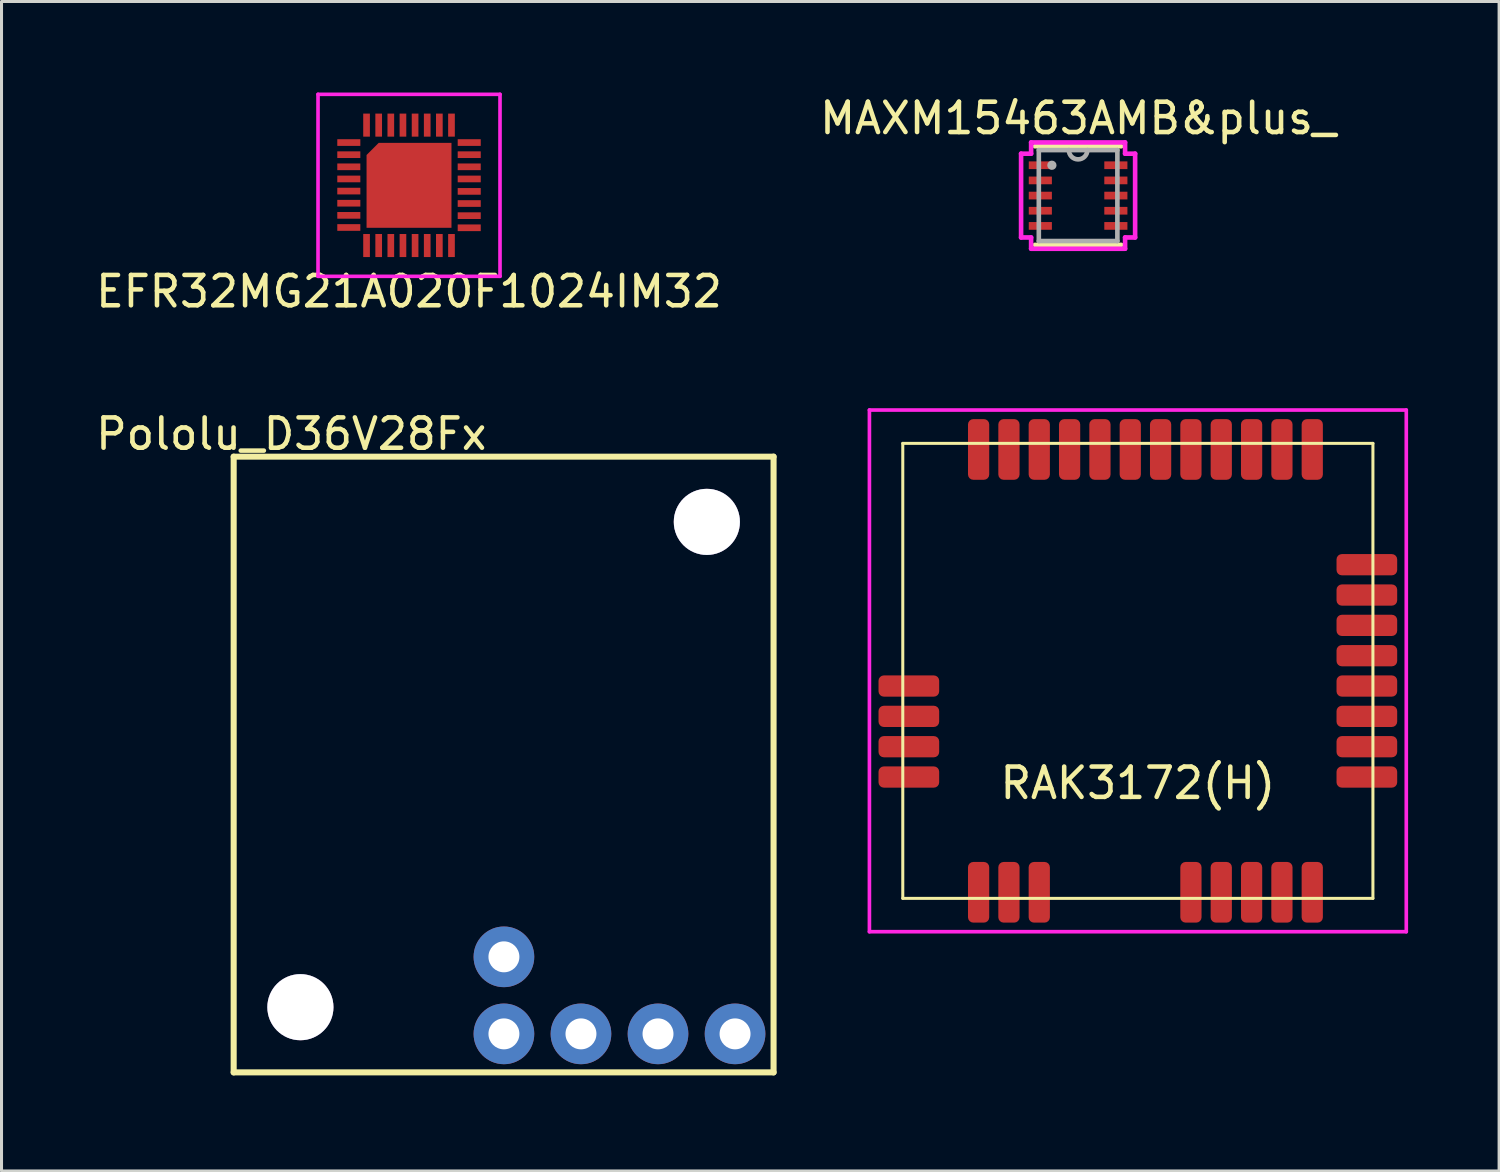
<source format=kicad_pcb>
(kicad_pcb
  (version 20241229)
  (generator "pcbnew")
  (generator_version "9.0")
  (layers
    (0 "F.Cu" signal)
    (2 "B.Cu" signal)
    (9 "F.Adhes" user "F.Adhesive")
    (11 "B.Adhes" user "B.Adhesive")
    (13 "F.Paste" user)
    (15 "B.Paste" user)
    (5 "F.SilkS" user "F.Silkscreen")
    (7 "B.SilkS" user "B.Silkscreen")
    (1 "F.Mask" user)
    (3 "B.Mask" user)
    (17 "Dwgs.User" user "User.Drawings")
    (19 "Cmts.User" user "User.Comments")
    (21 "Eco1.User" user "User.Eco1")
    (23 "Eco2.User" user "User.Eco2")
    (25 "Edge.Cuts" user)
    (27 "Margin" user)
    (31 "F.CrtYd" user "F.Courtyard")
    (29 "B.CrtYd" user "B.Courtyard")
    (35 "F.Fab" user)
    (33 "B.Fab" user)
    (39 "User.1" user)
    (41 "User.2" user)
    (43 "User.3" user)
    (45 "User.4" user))
  (footprint "RAK3172(H)"
    (layer "F.Cu")
    (at 34.464 19.068)
    (property "Reference" "RAK3172(H)" (at 0 3.7 0) (layer "F.SilkS") (effects (font (size 1 1) (thickness 0.15))))
    (attr through_hole)
    (fp_line (start -7.75 -7.5) (end 7.75 -7.5) (stroke (width 0.1) (type solid)) (layer "F.SilkS"))
    (fp_line (start -7.75 7.5) (end -7.75 -7.5) (stroke (width 0.1) (type solid)) (layer "F.SilkS"))
    (fp_line (start 7.75 -7.5) (end 7.75 7.5) (stroke (width 0.1) (type solid)) (layer "F.SilkS"))
    (fp_line (start 7.75 7.5) (end -7.75 7.5) (stroke (width 0.1) (type solid)) (layer "F.SilkS"))
    (fp_line (start -8.85 -8.6) (end -8.85 8.6) (stroke (width 0.12) (type solid)) (layer "F.CrtYd"))
    (fp_line (start -8.85 8.6) (end 8.85 8.6) (stroke (width 0.12) (type solid)) (layer "F.CrtYd"))
    (fp_line (start 8.85 -8.6) (end -8.85 -8.6) (stroke (width 0.12) (type solid)) (layer "F.CrtYd"))
    (fp_line (start 8.85 8.6) (end 8.85 -8.6) (stroke (width 0.12) (type solid)) (layer "F.CrtYd"))
    (pad "1" smd roundrect (at 5.75 -7.3) (size 0.7 2) (layers "F.Cu" "F.Mask" "F.Paste") (roundrect_rratio 0.25))
    (pad "2" smd roundrect (at 4.75 -7.3) (size 0.7 2) (layers "F.Cu" "F.Mask" "F.Paste") (roundrect_rratio 0.25))
    (pad "3" smd roundrect (at 3.75 -7.3) (size 0.7 2) (layers "F.Cu" "F.Mask" "F.Paste") (roundrect_rratio 0.25))
    (pad "4" smd roundrect (at 2.75 -7.3) (size 0.7 2) (layers "F.Cu" "F.Mask" "F.Paste") (roundrect_rratio 0.25))
    (pad "5" smd roundrect (at 1.75 -7.3) (size 0.7 2) (layers "F.Cu" "F.Mask" "F.Paste") (roundrect_rratio 0.25))
    (pad "6" smd roundrect (at 0.75 -7.3) (size 0.7 2) (layers "F.Cu" "F.Mask" "F.Paste") (roundrect_rratio 0.25))
    (pad "7" smd roundrect (at -0.25 -7.3) (size 0.7 2) (layers "F.Cu" "F.Mask" "F.Paste") (roundrect_rratio 0.25))
    (pad "8" smd roundrect (at -1.25 -7.3) (size 0.7 2) (layers "F.Cu" "F.Mask" "F.Paste") (roundrect_rratio 0.25))
    (pad "9" smd roundrect (at -2.25 -7.3) (size 0.7 2) (layers "F.Cu" "F.Mask" "F.Paste") (roundrect_rratio 0.25))
    (pad "10" smd roundrect (at -3.25 -7.3) (size 0.7 2) (layers "F.Cu" "F.Mask" "F.Paste") (roundrect_rratio 0.25))
    (pad "11" smd roundrect (at -4.25 -7.3) (size 0.7 2) (layers "F.Cu" "F.Mask" "F.Paste") (roundrect_rratio 0.25))
    (pad "12" smd roundrect (at -5.25 -7.3) (size 0.7 2) (layers "F.Cu" "F.Mask" "F.Paste") (roundrect_rratio 0.25))
    (pad "13" smd roundrect (at -7.55 0.5 90) (size 0.7 2) (layers "F.Cu" "F.Mask" "F.Paste") (roundrect_rratio 0.25))
    (pad "14" smd roundrect (at -7.55 1.5 90) (size 0.7 2) (layers "F.Cu" "F.Mask" "F.Paste") (roundrect_rratio 0.25))
    (pad "15" smd roundrect (at -7.55 2.5 90) (size 0.7 2) (layers "F.Cu" "F.Mask" "F.Paste") (roundrect_rratio 0.25))
    (pad "16" smd roundrect (at -7.55 3.5 90) (size 0.7 2) (layers "F.Cu" "F.Mask" "F.Paste") (roundrect_rratio 0.25))
    (pad "17" smd roundrect (at -5.25 7.3) (size 0.7 2) (layers "F.Cu" "F.Mask" "F.Paste") (roundrect_rratio 0.25))
    (pad "18" smd roundrect (at -4.25 7.3) (size 0.7 2) (layers "F.Cu" "F.Mask" "F.Paste") (roundrect_rratio 0.25))
    (pad "19" smd roundrect (at -3.25 7.3) (size 0.7 2) (layers "F.Cu" "F.Mask" "F.Paste") (roundrect_rratio 0.25))
    (pad "20" smd roundrect (at 1.75 7.3) (size 0.7 2) (layers "F.Cu" "F.Mask" "F.Paste") (roundrect_rratio 0.25))
    (pad "21" smd roundrect (at 2.75 7.3) (size 0.7 2) (layers "F.Cu" "F.Mask" "F.Paste") (roundrect_rratio 0.25))
    (pad "22" smd roundrect (at 3.75 7.3) (size 0.7 2) (layers "F.Cu" "F.Mask" "F.Paste") (roundrect_rratio 0.25))
    (pad "23" smd roundrect (at 4.75 7.3) (size 0.7 2) (layers "F.Cu" "F.Mask" "F.Paste") (roundrect_rratio 0.25))
    (pad "24" smd roundrect (at 5.75 7.3) (size 0.7 2) (layers "F.Cu" "F.Mask" "F.Paste") (roundrect_rratio 0.25))
    (pad "25" smd roundrect (at 7.55 3.5 90) (size 0.7 2) (layers "F.Cu" "F.Mask" "F.Paste") (roundrect_rratio 0.25))
    (pad "26" smd roundrect (at 7.55 2.5 90) (size 0.7 2) (layers "F.Cu" "F.Mask" "F.Paste") (roundrect_rratio 0.25))
    (pad "27" smd roundrect (at 7.55 1.5 90) (size 0.7 2) (layers "F.Cu" "F.Mask" "F.Paste") (roundrect_rratio 0.25))
    (pad "28" smd roundrect (at 7.55 0.5 90) (size 0.7 2) (layers "F.Cu" "F.Mask" "F.Paste") (roundrect_rratio 0.25))
    (pad "29" smd roundrect (at 7.55 -0.5 90) (size 0.7 2) (layers "F.Cu" "F.Mask" "F.Paste") (roundrect_rratio 0.25))
    (pad "30" smd roundrect (at 7.55 -1.5 90) (size 0.7 2) (layers "F.Cu" "F.Mask" "F.Paste") (roundrect_rratio 0.25))
    (pad "31" smd roundrect (at 7.55 -2.5 90) (size 0.7 2) (layers "F.Cu" "F.Mask" "F.Paste") (roundrect_rratio 0.25))
    (pad "32" smd roundrect (at 7.55 -3.5 90) (size 0.7 2) (layers "F.Cu" "F.Mask" "F.Paste") (roundrect_rratio 0.25)))
  (footprint "EFR32MG21A020F1024IM32"
    (layer "F.Cu")
    (at 10.435 3.06)
    (property "Reference" "EFR32MG21A020F1024IM32" (at 0 3.5 0) (layer "F.SilkS") (effects (font (size 1 1) (thickness 0.15))))
    (attr through_hole)
    (fp_line (start -3 -3) (end 3 -3) (stroke (width 0.12) (type solid)) (layer "F.CrtYd"))
    (fp_line (start -3 3) (end -3 -3) (stroke (width 0.12) (type solid)) (layer "F.CrtYd"))
    (fp_line (start 3 -3) (end 3 3) (stroke (width 0.12) (type solid)) (layer "F.CrtYd"))
    (fp_line (start 3 3) (end -3 3) (stroke (width 0.12) (type solid)) (layer "F.CrtYd"))
    (pad "0" smd custom (at 0 0) (size 2.8 2.8) (layers "F.Cu" "F.Mask" "F.Paste") (options (anchor circle)) (primitives (gr_poly (pts (xy -1 -1.4) (xy -1.4 -1) (xy -1.4 1.4) (xy 1.4 1.4) (xy 1.4 -1.4)) (width 0) (fill yes))))
    (pad "1" smd rect (at -1.985 -1.41) (size 0.76 0.22) (layers "F.Cu" "F.Mask" "F.Paste"))
    (pad "2" smd rect (at -1.985 -1.01) (size 0.76 0.22) (layers "F.Cu" "F.Mask" "F.Paste"))
    (pad "3" smd rect (at -1.985 -0.61) (size 0.76 0.22) (layers "F.Cu" "F.Mask" "F.Paste"))
    (pad "4" smd rect (at -1.985 -0.21) (size 0.76 0.22) (layers "F.Cu" "F.Mask" "F.Paste"))
    (pad "5" smd rect (at -1.985 0.19) (size 0.76 0.22) (layers "F.Cu" "F.Mask" "F.Paste"))
    (pad "6" smd rect (at -1.985 0.59) (size 0.76 0.22) (layers "F.Cu" "F.Mask" "F.Paste"))
    (pad "7" smd rect (at -1.985 0.99) (size 0.76 0.22) (layers "F.Cu" "F.Mask" "F.Paste"))
    (pad "8" smd rect (at -1.985 1.39) (size 0.76 0.22) (layers "F.Cu" "F.Mask" "F.Paste"))
    (pad "9" smd rect (at -1.4 1.985 90) (size 0.76 0.22) (layers "F.Cu" "F.Mask" "F.Paste"))
    (pad "10" smd rect (at -1 1.985 90) (size 0.76 0.22) (layers "F.Cu" "F.Mask" "F.Paste"))
    (pad "11" smd rect (at -0.6 1.985 90) (size 0.76 0.22) (layers "F.Cu" "F.Mask" "F.Paste"))
    (pad "12" smd rect (at -0.2 1.985 90) (size 0.76 0.22) (layers "F.Cu" "F.Mask" "F.Paste"))
    (pad "13" smd rect (at 0.2 1.985 90) (size 0.76 0.22) (layers "F.Cu" "F.Mask" "F.Paste"))
    (pad "14" smd rect (at 0.6 1.985 90) (size 0.76 0.22) (layers "F.Cu" "F.Mask" "F.Paste"))
    (pad "15" smd rect (at 1 1.985 90) (size 0.76 0.22) (layers "F.Cu" "F.Mask" "F.Paste"))
    (pad "16" smd rect (at 1.4 1.985 90) (size 0.76 0.22) (layers "F.Cu" "F.Mask" "F.Paste"))
    (pad "17" smd rect (at 1.985 1.4) (size 0.76 0.22) (layers "F.Cu" "F.Mask" "F.Paste"))
    (pad "18" smd rect (at 1.985 1) (size 0.76 0.22) (layers "F.Cu" "F.Mask" "F.Paste"))
    (pad "19" smd rect (at 1.985 0.6) (size 0.76 0.22) (layers "F.Cu" "F.Mask" "F.Paste"))
    (pad "20" smd rect (at 1.985 0.2) (size 0.76 0.22) (layers "F.Cu" "F.Mask" "F.Paste"))
    (pad "21" smd rect (at 1.985 -0.21) (size 0.76 0.22) (layers "F.Cu" "F.Mask" "F.Paste"))
    (pad "22" smd rect (at 1.985 -0.61) (size 0.76 0.22) (layers "F.Cu" "F.Mask" "F.Paste"))
    (pad "23" smd rect (at 1.985 -1.01) (size 0.76 0.22) (layers "F.Cu" "F.Mask" "F.Paste"))
    (pad "24" smd rect (at 1.985 -1.41) (size 0.76 0.22) (layers "F.Cu" "F.Mask" "F.Paste"))
    (pad "25" smd rect (at 1.4 -1.985 90) (size 0.76 0.22) (layers "F.Cu" "F.Mask" "F.Paste"))
    (pad "26" smd rect (at 1 -1.985 90) (size 0.76 0.22) (layers "F.Cu" "F.Mask" "F.Paste"))
    (pad "27" smd rect (at 0.6 -1.985 90) (size 0.76 0.22) (layers "F.Cu" "F.Mask" "F.Paste"))
    (pad "28" smd rect (at 0.2 -1.985 90) (size 0.76 0.22) (layers "F.Cu" "F.Mask" "F.Paste"))
    (pad "29" smd rect (at -0.2 -1.985 90) (size 0.76 0.22) (layers "F.Cu" "F.Mask" "F.Paste"))
    (pad "30" smd rect (at -0.6 -1.985 90) (size 0.76 0.22) (layers "F.Cu" "F.Mask" "F.Paste"))
    (pad "31" smd rect (at -1 -1.985 90) (size 0.76 0.22) (layers "F.Cu" "F.Mask" "F.Paste"))
    (pad "32" smd rect (at -1.4 -1.985 90) (size 0.76 0.22) (layers "F.Cu" "F.Mask" "F.Paste")))
  (footprint "MAXM15463AMB&plus_"
    (layer "F.Cu")
    (at 32.494 3.398)
    (property "Reference" "MAXM15463AMB&plus_" (at 0 -2.55 0) (layer "F.SilkS") (effects (font (size 1 1) (thickness 0.15))))
    (attr through_hole)
    (fp_line (start -1.422 1.626) (end 1.422 1.626) (stroke (width 0.152) (type solid)) (layer "F.SilkS"))
    (fp_line (start 1.422 -1.626) (end -1.422 -1.626) (stroke (width 0.152) (type solid)) (layer "F.SilkS"))
    (fp_line (start -1.88 -1.381) (end -1.549 -1.381) (stroke (width 0.152) (type solid)) (layer "F.CrtYd"))
    (fp_line (start -1.88 1.381) (end -1.88 -1.381) (stroke (width 0.152) (type solid)) (layer "F.CrtYd"))
    (fp_line (start -1.549 -1.753) (end 1.549 -1.753) (stroke (width 0.152) (type solid)) (layer "F.CrtYd"))
    (fp_line (start -1.549 -1.381) (end -1.549 -1.753) (stroke (width 0.152) (type solid)) (layer "F.CrtYd"))
    (fp_line (start -1.549 1.381) (end -1.88 1.381) (stroke (width 0.152) (type solid)) (layer "F.CrtYd"))
    (fp_line (start -1.549 1.753) (end -1.549 1.381) (stroke (width 0.152) (type solid)) (layer "F.CrtYd"))
    (fp_line (start 1.549 -1.753) (end 1.549 -1.381) (stroke (width 0.152) (type solid)) (layer "F.CrtYd"))
    (fp_line (start 1.549 -1.381) (end 1.88 -1.381) (stroke (width 0.152) (type solid)) (layer "F.CrtYd"))
    (fp_line (start 1.549 1.381) (end 1.549 1.753) (stroke (width 0.152) (type solid)) (layer "F.CrtYd"))
    (fp_line (start 1.549 1.753) (end -1.549 1.753) (stroke (width 0.152) (type solid)) (layer "F.CrtYd"))
    (fp_line (start 1.88 -1.381) (end 1.88 1.381) (stroke (width 0.152) (type solid)) (layer "F.CrtYd"))
    (fp_line (start 1.88 1.381) (end 1.549 1.381) (stroke (width 0.152) (type solid)) (layer "F.CrtYd"))
    (fp_line (start -1.295 -1.499) (end -1.295 1.499) (stroke (width 0.152) (type solid)) (layer "F.Fab"))
    (fp_line (start -1.295 1.499) (end 1.295 1.499) (stroke (width 0.152) (type solid)) (layer "F.Fab"))
    (fp_line (start 1.295 -1.499) (end -1.295 -1.499) (stroke (width 0.152) (type solid)) (layer "F.Fab"))
    (fp_line (start 1.295 1.499) (end 1.295 -1.499) (stroke (width 0.152) (type solid)) (layer "F.Fab"))
    (fp_arc (start 0.3048 -1.4986) (mid 0 -1.1938) (end -0.3048 -1.4986) (stroke (width 0.1524) (type solid)) (layer "F.Fab"))
    (fp_circle (center -0.864 -1) (end -0.787 -1) (stroke (width 0.152) (type solid)) (fill no) (layer "F.Fab"))
    (pad "1" smd rect (at -1.245 -1) (size 0.762 0.254) (layers "F.Cu" "F.Mask" "F.Paste"))
    (pad "2" smd rect (at -1.245 -0.5) (size 0.762 0.254) (layers "F.Cu" "F.Mask" "F.Paste"))
    (pad "3" smd rect (at -1.245 0) (size 0.762 0.254) (layers "F.Cu" "F.Mask" "F.Paste"))
    (pad "4" smd rect (at -1.245 0.5) (size 0.762 0.254) (layers "F.Cu" "F.Mask" "F.Paste"))
    (pad "5" smd rect (at -1.245 1) (size 0.762 0.254) (layers "F.Cu" "F.Mask" "F.Paste"))
    (pad "6" smd rect (at 1.245 1) (size 0.762 0.254) (layers "F.Cu" "F.Mask" "F.Paste"))
    (pad "7" smd rect (at 1.245 0.5) (size 0.762 0.254) (layers "F.Cu" "F.Mask" "F.Paste"))
    (pad "8" smd rect (at 1.245 0) (size 0.762 0.254) (layers "F.Cu" "F.Mask" "F.Paste"))
    (pad "9" smd rect (at 1.245 -0.5) (size 0.762 0.254) (layers "F.Cu" "F.Mask" "F.Paste"))
    (pad "10" smd rect (at 1.245 -1) (size 0.762 0.254) (layers "F.Cu" "F.Mask" "F.Paste")))
  (footprint "Pololu_D36V28Fx"
    (layer "F.Cu")
    (at 13.554 32.306)
    (property "Reference" "Pololu_D36V28Fx" (at -7 -21.05 0) (layer "F.SilkS") (effects (font (size 1 1) (thickness 0.15))))
    (attr through_hole)
    (fp_line (start -8.9 -20.3) (end 8.9 -20.3) (stroke (width 0.2) (type solid)) (layer "F.SilkS"))
    (fp_line (start -8.9 0) (end -8.9 -20.3) (stroke (width 0.2) (type solid)) (layer "F.SilkS"))
    (fp_line (start -8.9 0) (end 8.9 0) (stroke (width 0.2) (type solid)) (layer "F.SilkS"))
    (fp_line (start 8.9 0) (end 8.9 -20.3) (stroke (width 0.2) (type solid)) (layer "F.SilkS"))
    (pad "" thru_hole circle (at -6.7 -2.15) (size 2.18 2.18) (drill 2.18) (layers "*.Cu" "*.Mask"))
    (pad "" thru_hole circle (at 6.7 -18.15) (size 2.18 2.18) (drill 2.18) (layers "*.Cu" "*.Mask"))
    (pad "1" thru_hole circle (at 0.01 -3.81) (size 2 2) (drill 1.02) (layers "*.Cu" "*.Mask" "B.Paste"))
    (pad "2" thru_hole circle (at 0.01 -1.27) (size 2 2) (drill 1.02) (layers "*.Cu" "*.Mask" "B.Paste"))
    (pad "3" thru_hole circle (at 2.55 -1.27) (size 2 2) (drill 1.02) (layers "*.Cu" "*.Mask" "B.Paste"))
    (pad "4" thru_hole circle (at 5.09 -1.27) (size 2 2) (drill 1.02) (layers "*.Cu" "*.Mask"))
    (pad "5" thru_hole circle (at 7.63 -1.27) (size 2 2) (drill 1.02) (layers "*.Cu" "*.Mask")))
  (gr_rect
    (start -3 -3)
    (end 46.374 35.556)
    (stroke (width 0.1) (type default))
    (fill no)
    (layer "Edge.Cuts")))
</source>
